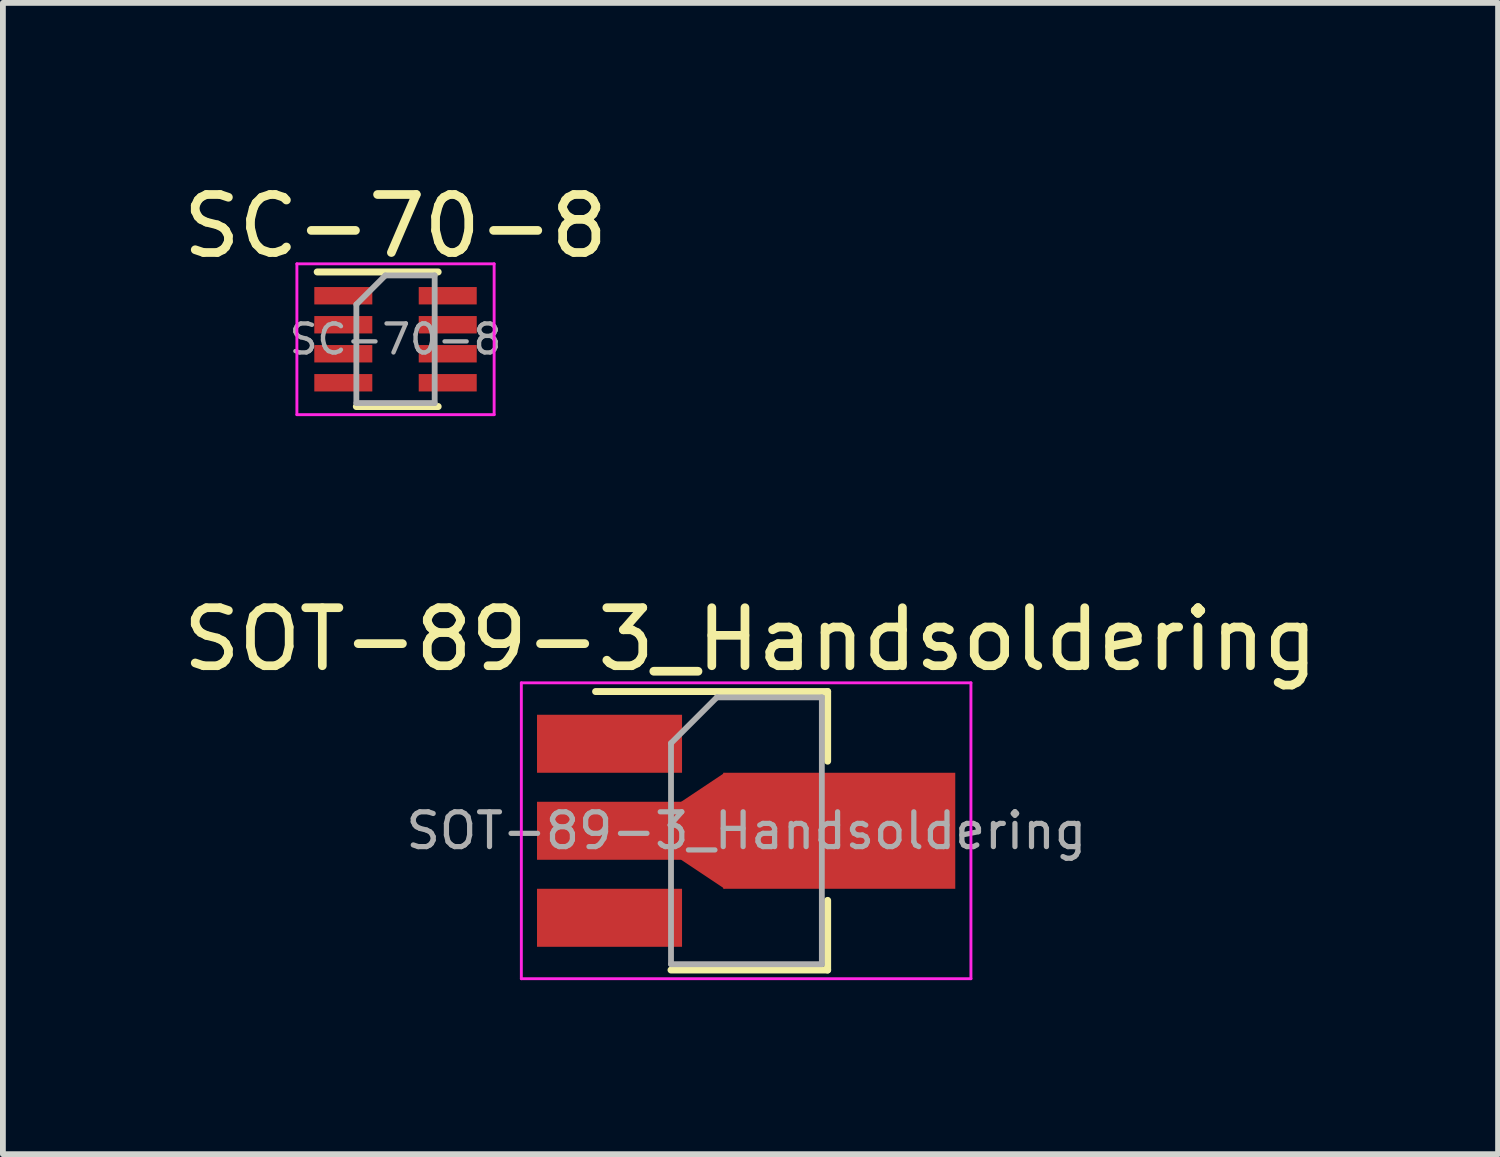
<source format=kicad_pcb>
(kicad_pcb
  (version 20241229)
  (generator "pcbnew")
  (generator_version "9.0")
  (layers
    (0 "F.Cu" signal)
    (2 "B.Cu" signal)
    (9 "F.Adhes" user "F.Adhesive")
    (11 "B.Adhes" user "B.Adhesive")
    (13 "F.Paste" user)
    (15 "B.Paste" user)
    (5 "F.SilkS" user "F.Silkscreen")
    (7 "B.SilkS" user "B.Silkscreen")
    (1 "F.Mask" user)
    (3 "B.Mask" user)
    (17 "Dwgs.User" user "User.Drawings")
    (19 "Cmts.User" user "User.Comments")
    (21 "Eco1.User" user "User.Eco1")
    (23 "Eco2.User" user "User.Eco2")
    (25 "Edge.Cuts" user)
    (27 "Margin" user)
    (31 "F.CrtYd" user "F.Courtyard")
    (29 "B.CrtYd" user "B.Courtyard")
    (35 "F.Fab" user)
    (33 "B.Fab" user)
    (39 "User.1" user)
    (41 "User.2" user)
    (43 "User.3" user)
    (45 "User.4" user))
  (footprint "SC-70-8"
    (layer "F.Cu")
    (at 3.768 2.798)
    (property "Reference" "SC-70-8" (at 0 -1.95 0) (layer "F.SilkS") (effects (font (size 1 1) (thickness 0.15))))
    (attr smd)
    (fp_line (start -0.675 1.16) (end 0.735 1.16) (stroke (width 0.12) (type solid)) (layer "F.SilkS"))
    (fp_line (start 0.735 -1.16) (end -1.35 -1.16) (stroke (width 0.12) (type solid)) (layer "F.SilkS"))
    (fp_line (start -1.7 -1.3) (end 1.7 -1.3) (stroke (width 0.05) (type solid)) (layer "F.CrtYd"))
    (fp_line (start -1.7 1.3) (end -1.7 -1.3) (stroke (width 0.05) (type solid)) (layer "F.CrtYd"))
    (fp_line (start 1.7 -1.3) (end 1.7 1.3) (stroke (width 0.05) (type solid)) (layer "F.CrtYd"))
    (fp_line (start 1.7 1.3) (end -1.7 1.3) (stroke (width 0.05) (type solid)) (layer "F.CrtYd"))
    (fp_line (start -0.675 -0.6) (end -0.675 1.1) (stroke (width 0.1) (type solid)) (layer "F.Fab"))
    (fp_line (start -0.175 -1.1) (end -0.675 -0.6) (stroke (width 0.1) (type solid)) (layer "F.Fab"))
    (fp_line (start 0.675 -1.1) (end -0.175 -1.1) (stroke (width 0.1) (type solid)) (layer "F.Fab"))
    (fp_line (start 0.675 -1.1) (end 0.675 1.1) (stroke (width 0.1) (type solid)) (layer "F.Fab"))
    (fp_line (start 0.675 1.1) (end -0.675 1.1) (stroke (width 0.1) (type solid)) (layer "F.Fab"))
    (fp_text user "${REFERENCE}" (at 0 0 0) (layer "F.Fab") (effects (font (size 0.5 0.5) (thickness 0.075))))
    (pad "1" smd rect (at -0.9 -0.75 270) (size 0.3 1) (layers "F.Cu" "F.Mask" "F.Paste"))
    (pad "2" smd rect (at -0.9 -0.25 270) (size 0.3 1) (layers "F.Cu" "F.Mask" "F.Paste"))
    (pad "3" smd rect (at -0.9 0.25 270) (size 0.3 1) (layers "F.Cu" "F.Mask" "F.Paste"))
    (pad "4" smd rect (at -0.9 0.75 270) (size 0.3 1) (layers "F.Cu" "F.Mask" "F.Paste"))
    (pad "5" smd rect (at 0.9 0.75 270) (size 0.3 1) (layers "F.Cu" "F.Mask" "F.Paste"))
    (pad "6" smd rect (at 0.9 0.25 270) (size 0.3 1) (layers "F.Cu" "F.Mask" "F.Paste"))
    (pad "7" smd rect (at 0.9 -0.25 270) (size 0.3 1) (layers "F.Cu" "F.Mask" "F.Paste"))
    (pad "8" smd rect (at 0.9 -0.75 270) (size 0.3 1) (layers "F.Cu" "F.Mask" "F.Paste")))
  (footprint "SOT-89-3_Handsoldering"
    (layer "F.Cu")
    (at 9.437 11.271)
    (property "Reference" "SOT-89-3_Handsoldering" (at 0.45 -3.3 0) (layer "F.SilkS") (effects (font (size 1 1) (thickness 0.15))))
    (attr smd)
    (fp_line (start -2.22 -2.4) (end 1.78 -2.4) (stroke (width 0.12) (type solid)) (layer "F.SilkS"))
    (fp_line (start 1.78 -2.4) (end 1.78 -1.2) (stroke (width 0.12) (type solid)) (layer "F.SilkS"))
    (fp_line (start 1.78 1.2) (end 1.78 2.4) (stroke (width 0.12) (type solid)) (layer "F.SilkS"))
    (fp_line (start 1.78 2.4) (end -0.92 2.4) (stroke (width 0.12) (type solid)) (layer "F.SilkS"))
    (fp_line (start -3.5 -2.55) (end -3.5 2.55) (stroke (width 0.05) (type solid)) (layer "F.CrtYd"))
    (fp_line (start -3.5 2.55) (end 4.25 2.55) (stroke (width 0.05) (type solid)) (layer "F.CrtYd"))
    (fp_line (start 4.25 -2.55) (end -3.5 -2.55) (stroke (width 0.05) (type solid)) (layer "F.CrtYd"))
    (fp_line (start 4.25 2.55) (end 4.25 -2.55) (stroke (width 0.05) (type solid)) (layer "F.CrtYd"))
    (fp_line (start -0.92 -1.51) (end -0.13 -2.3) (stroke (width 0.1) (type solid)) (layer "F.Fab"))
    (fp_line (start -0.92 2.3) (end -0.92 -1.51) (stroke (width 0.1) (type solid)) (layer "F.Fab"))
    (fp_line (start -0.13 -2.3) (end 1.68 -2.3) (stroke (width 0.1) (type solid)) (layer "F.Fab"))
    (fp_line (start 1.68 -2.3) (end 1.68 2.3) (stroke (width 0.1) (type solid)) (layer "F.Fab"))
    (fp_line (start 1.68 2.3) (end -0.92 2.3) (stroke (width 0.1) (type solid)) (layer "F.Fab"))
    (fp_text user "${REFERENCE}" (at 0.38 0 0) (layer "F.Fab") (effects (font (size 0.6 0.6) (thickness 0.09))))
    (pad "1" smd rect (at -1.98 -1.5 270) (size 1 2.5) (layers "F.Cu" "F.Mask" "F.Paste"))
    (pad "2" smd rect (at -1.98 0 270) (size 1 2.5) (layers "F.Cu" "F.Mask" "F.Paste"))
    (pad "2" smd trapezoid (at -0.37 0 90) (size 1.5 0.75) (rect_delta 0 0.5) (layers "F.Cu" "F.Mask" "F.Paste"))
    (pad "2" smd rect (at 1.98 0 270) (size 2 4) (layers "F.Cu" "F.Mask" "F.Paste"))
    (pad "3" smd rect (at -1.98 1.5 270) (size 1 2.5) (layers "F.Cu" "F.Mask" "F.Paste")))
  (gr_rect
    (start -3 -3)
    (end 22.774 16.846)
    (stroke (width 0.1) (type default))
    (fill no)
    (layer "Edge.Cuts")))
</source>
